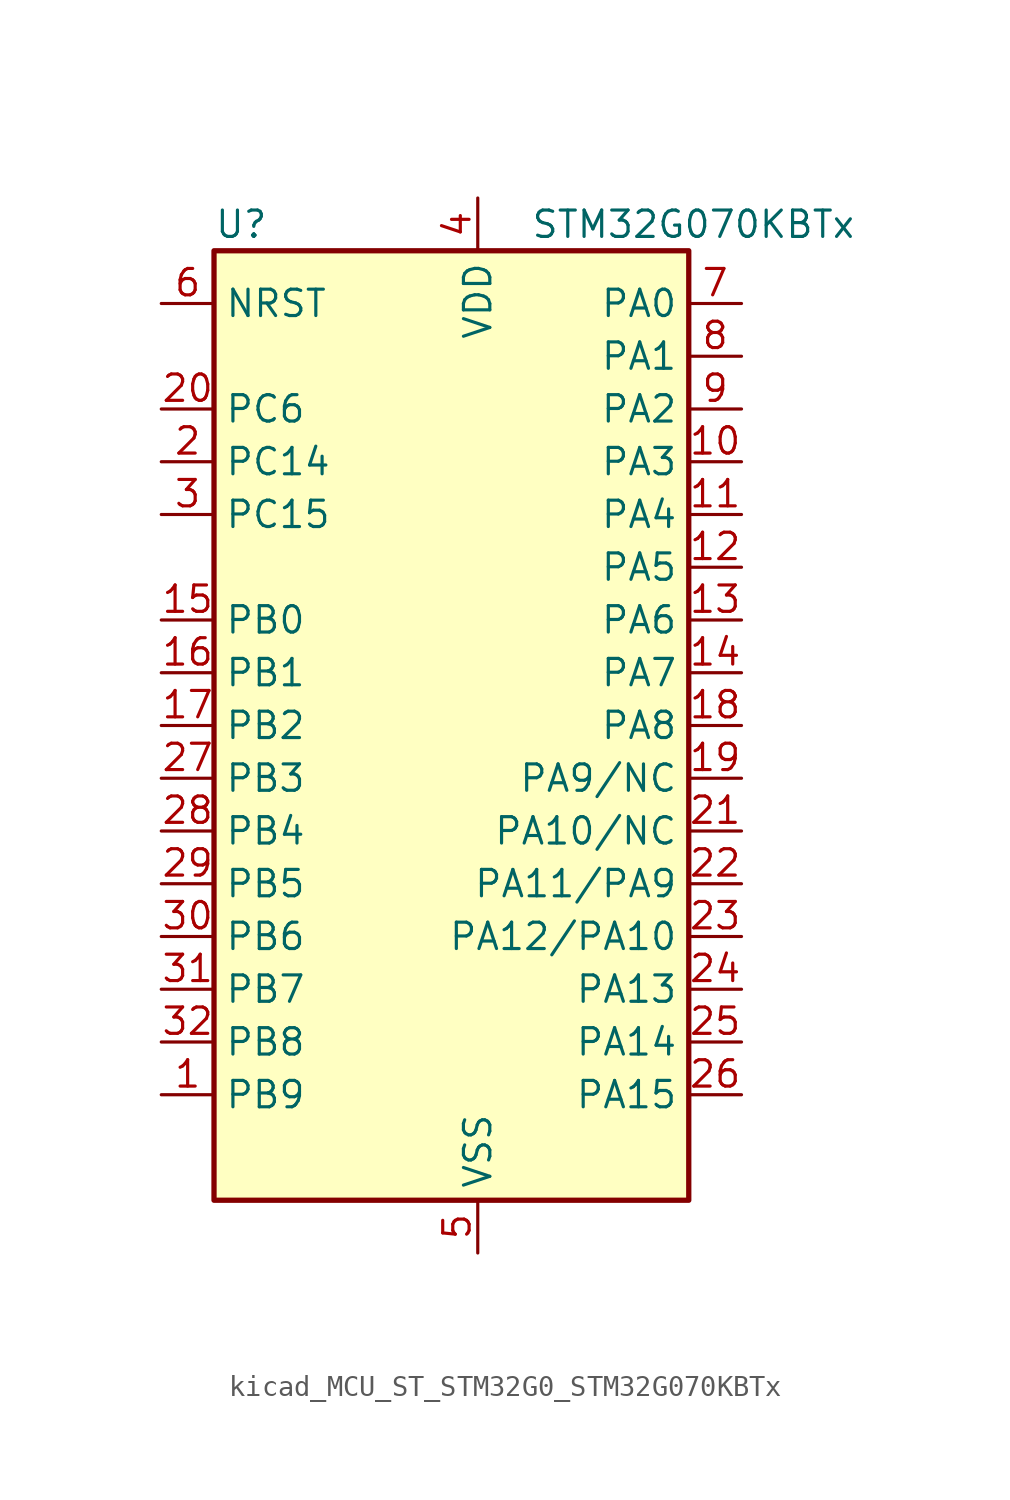
<source format=kicad_sym>
(kicad_symbol_lib
  (version 20220914)
  (generator kicad_symbol_editor)
  (symbol "kicad_MCU_ST_STM32G0_STM32G070KBTx"
    (property "Reference" "U"
      (at -10.16 24.13 0)
      (effects (font (size 1.27 1.27)) (justify left)))
    (property "Value" "STM32G070KBTx"
      (at 5.08 24.13 0)
      (effects (font (size 1.27 1.27)) (justify left)))
    (property "ki_locked" ""
      (at 0 0 0)
      (effects (font (size 1.27 1.27))))
    (symbol "kicad_MCU_ST_STM32G0_STM32G070KBTx_0_1"
      (rectangle (start -10.16 -22.86) (end 12.7 22.86) (stroke (width 0.254) (type default)) (fill (type background))))
    (symbol "kicad_MCU_ST_STM32G0_STM32G070KBTx_1_1"
      (pin bidirectional line (at -12.7 -17.78 0) (length 2.54) (name "PB9" (effects (font (size 1.27 1.27)))) (number "1" (effects (font (size 1.27 1.27)))) (alternate "I2C1_SDA" bidirectional line) (alternate "IR_OUT" bidirectional line) (alternate "SPI2_NSS" bidirectional line) (alternate "TIM17_CH1" bidirectional line) (alternate "USART3_RX" bidirectional line))
      (pin bidirectional line (at 15.24 12.7 180) (length 2.54) (name "PA3" (effects (font (size 1.27 1.27)))) (number "10" (effects (font (size 1.27 1.27)))) (alternate "ADC1_IN3" bidirectional line) (alternate "SPI2_MISO" bidirectional line) (alternate "TIM15_CH2" bidirectional line) (alternate "USART2_RX" bidirectional line))
      (pin bidirectional line (at 15.24 10.16 180) (length 2.54) (name "PA4" (effects (font (size 1.27 1.27)))) (number "11" (effects (font (size 1.27 1.27)))) (alternate "ADC1_IN4" bidirectional line) (alternate "I2S1_WS" bidirectional line) (alternate "RTC_OUT_ALARM" bidirectional line) (alternate "RTC_OUT_CALIB" bidirectional line) (alternate "RTC_TAMP_IN1" bidirectional line) (alternate "RTC_TS" bidirectional line) (alternate "SPI1_NSS" bidirectional line) (alternate "SPI2_MOSI" bidirectional line) (alternate "SYS_WKUP2" bidirectional line) (alternate "TIM14_CH1" bidirectional line))
      (pin bidirectional line (at 15.24 7.62 180) (length 2.54) (name "PA5" (effects (font (size 1.27 1.27)))) (number "12" (effects (font (size 1.27 1.27)))) (alternate "ADC1_IN5" bidirectional line) (alternate "I2S1_CK" bidirectional line) (alternate "SPI1_SCK" bidirectional line) (alternate "USART3_TX" bidirectional line))
      (pin bidirectional line (at 15.24 5.08 180) (length 2.54) (name "PA6" (effects (font (size 1.27 1.27)))) (number "13" (effects (font (size 1.27 1.27)))) (alternate "ADC1_IN6" bidirectional line) (alternate "I2S1_MCK" bidirectional line) (alternate "SPI1_MISO" bidirectional line) (alternate "TIM16_CH1" bidirectional line) (alternate "TIM1_BK" bidirectional line) (alternate "TIM3_CH1" bidirectional line) (alternate "USART3_CTS" bidirectional line) (alternate "USART3_NSS" bidirectional line))
      (pin bidirectional line (at 15.24 2.54 180) (length 2.54) (name "PA7" (effects (font (size 1.27 1.27)))) (number "14" (effects (font (size 1.27 1.27)))) (alternate "ADC1_IN7" bidirectional line) (alternate "I2S1_SD" bidirectional line) (alternate "SPI1_MOSI" bidirectional line) (alternate "TIM14_CH1" bidirectional line) (alternate "TIM17_CH1" bidirectional line) (alternate "TIM1_CH1N" bidirectional line) (alternate "TIM3_CH2" bidirectional line))
      (pin bidirectional line (at -12.7 5.08 0) (length 2.54) (name "PB0" (effects (font (size 1.27 1.27)))) (number "15" (effects (font (size 1.27 1.27)))) (alternate "ADC1_IN8" bidirectional line) (alternate "I2S1_WS" bidirectional line) (alternate "SPI1_NSS" bidirectional line) (alternate "TIM1_CH2N" bidirectional line) (alternate "TIM3_CH3" bidirectional line) (alternate "USART3_RX" bidirectional line))
      (pin bidirectional line (at -12.7 2.54 0) (length 2.54) (name "PB1" (effects (font (size 1.27 1.27)))) (number "16" (effects (font (size 1.27 1.27)))) (alternate "ADC1_IN9" bidirectional line) (alternate "TIM14_CH1" bidirectional line) (alternate "TIM1_CH3N" bidirectional line) (alternate "TIM3_CH4" bidirectional line) (alternate "USART3_CK" bidirectional line) (alternate "USART3_DE" bidirectional line) (alternate "USART3_RTS" bidirectional line))
      (pin bidirectional line (at -12.7 0 0) (length 2.54) (name "PB2" (effects (font (size 1.27 1.27)))) (number "17" (effects (font (size 1.27 1.27)))) (alternate "ADC1_IN10" bidirectional line) (alternate "SPI2_MISO" bidirectional line) (alternate "USART3_TX" bidirectional line))
      (pin bidirectional line (at 15.24 0 180) (length 2.54) (name "PA8" (effects (font (size 1.27 1.27)))) (number "18" (effects (font (size 1.27 1.27)))) (alternate "RCC_MCO" bidirectional line) (alternate "SPI2_NSS" bidirectional line) (alternate "TIM1_CH1" bidirectional line))
      (pin bidirectional line (at 15.24 -2.54 180) (length 2.54) (name "PA9/NC" (effects (font (size 1.27 1.27)))) (number "19" (effects (font (size 1.27 1.27)))) (alternate "I2C1_SCL" bidirectional line) (alternate "RCC_MCO" bidirectional line) (alternate "SPI2_MISO" bidirectional line) (alternate "TIM15_BK" bidirectional line) (alternate "TIM1_CH2" bidirectional line) (alternate "USART1_TX" bidirectional line))
      (pin bidirectional line (at -12.7 12.7 0) (length 2.54) (name "PC14" (effects (font (size 1.27 1.27)))) (number "2" (effects (font (size 1.27 1.27)))) (alternate "RCC_OSC32_IN" bidirectional line) (alternate "RCC_OSC_IN" bidirectional line) (alternate "TIM1_BK2" bidirectional line))
      (pin bidirectional line (at -12.7 15.24 0) (length 2.54) (name "PC6" (effects (font (size 1.27 1.27)))) (number "20" (effects (font (size 1.27 1.27)))) (alternate "TIM3_CH1" bidirectional line))
      (pin bidirectional line (at 15.24 -5.08 180) (length 2.54) (name "PA10/NC" (effects (font (size 1.27 1.27)))) (number "21" (effects (font (size 1.27 1.27)))) (alternate "I2C1_SDA" bidirectional line) (alternate "SPI2_MOSI" bidirectional line) (alternate "TIM17_BK" bidirectional line) (alternate "TIM1_CH3" bidirectional line) (alternate "USART1_RX" bidirectional line))
      (pin bidirectional line (at 15.24 -7.62 180) (length 2.54) (name "PA11/PA9" (effects (font (size 1.27 1.27)))) (number "22" (effects (font (size 1.27 1.27)))) (alternate "ADC1_EXTI11" bidirectional line) (alternate "I2C2_SCL" bidirectional line) (alternate "I2S1_MCK" bidirectional line) (alternate "SPI1_MISO" bidirectional line) (alternate "TIM1_BK2" bidirectional line) (alternate "TIM1_CH4" bidirectional line) (alternate "USART1_CTS" bidirectional line) (alternate "USART1_NSS" bidirectional line))
      (pin bidirectional line (at 15.24 -10.16 180) (length 2.54) (name "PA12/PA10" (effects (font (size 1.27 1.27)))) (number "23" (effects (font (size 1.27 1.27)))) (alternate "I2C2_SDA" bidirectional line) (alternate "I2S1_SD" bidirectional line) (alternate "I2S_CKIN" bidirectional line) (alternate "SPI1_MOSI" bidirectional line) (alternate "TIM1_ETR" bidirectional line) (alternate "USART1_CK" bidirectional line) (alternate "USART1_DE" bidirectional line) (alternate "USART1_RTS" bidirectional line))
      (pin bidirectional line (at 15.24 -12.7 180) (length 2.54) (name "PA13" (effects (font (size 1.27 1.27)))) (number "24" (effects (font (size 1.27 1.27)))) (alternate "IR_OUT" bidirectional line) (alternate "SYS_SWDIO" bidirectional line))
      (pin bidirectional line (at 15.24 -15.24 180) (length 2.54) (name "PA14" (effects (font (size 1.27 1.27)))) (number "25" (effects (font (size 1.27 1.27)))) (alternate "SYS_SWCLK" bidirectional line) (alternate "USART2_TX" bidirectional line))
      (pin bidirectional line (at 15.24 -17.78 180) (length 2.54) (name "PA15" (effects (font (size 1.27 1.27)))) (number "26" (effects (font (size 1.27 1.27)))) (alternate "I2S1_WS" bidirectional line) (alternate "SPI1_NSS" bidirectional line) (alternate "USART2_RX" bidirectional line) (alternate "USART3_CK" bidirectional line) (alternate "USART3_DE" bidirectional line) (alternate "USART3_RTS" bidirectional line) (alternate "USART4_CK" bidirectional line) (alternate "USART4_DE" bidirectional line) (alternate "USART4_RTS" bidirectional line))
      (pin bidirectional line (at -12.7 -2.54 0) (length 2.54) (name "PB3" (effects (font (size 1.27 1.27)))) (number "27" (effects (font (size 1.27 1.27)))) (alternate "I2S1_CK" bidirectional line) (alternate "SPI1_SCK" bidirectional line) (alternate "TIM1_CH2" bidirectional line) (alternate "USART1_CK" bidirectional line) (alternate "USART1_DE" bidirectional line) (alternate "USART1_RTS" bidirectional line))
      (pin bidirectional line (at -12.7 -5.08 0) (length 2.54) (name "PB4" (effects (font (size 1.27 1.27)))) (number "28" (effects (font (size 1.27 1.27)))) (alternate "I2S1_MCK" bidirectional line) (alternate "SPI1_MISO" bidirectional line) (alternate "TIM17_BK" bidirectional line) (alternate "TIM3_CH1" bidirectional line) (alternate "USART1_CTS" bidirectional line) (alternate "USART1_NSS" bidirectional line))
      (pin bidirectional line (at -12.7 -7.62 0) (length 2.54) (name "PB5" (effects (font (size 1.27 1.27)))) (number "29" (effects (font (size 1.27 1.27)))) (alternate "I2C1_SMBA" bidirectional line) (alternate "I2S1_SD" bidirectional line) (alternate "SPI1_MOSI" bidirectional line) (alternate "SYS_WKUP6" bidirectional line) (alternate "TIM16_BK" bidirectional line) (alternate "TIM3_CH2" bidirectional line))
      (pin bidirectional line (at -12.7 10.16 0) (length 2.54) (name "PC15" (effects (font (size 1.27 1.27)))) (number "3" (effects (font (size 1.27 1.27)))) (alternate "RCC_OSC32_EN" bidirectional line) (alternate "RCC_OSC32_OUT" bidirectional line) (alternate "RCC_OSC_EN" bidirectional line) (alternate "TIM15_BK" bidirectional line))
      (pin bidirectional line (at -12.7 -10.16 0) (length 2.54) (name "PB6" (effects (font (size 1.27 1.27)))) (number "30" (effects (font (size 1.27 1.27)))) (alternate "I2C1_SCL" bidirectional line) (alternate "SPI2_MISO" bidirectional line) (alternate "TIM16_CH1N" bidirectional line) (alternate "TIM1_CH3" bidirectional line) (alternate "USART1_TX" bidirectional line))
      (pin bidirectional line (at -12.7 -12.7 0) (length 2.54) (name "PB7" (effects (font (size 1.27 1.27)))) (number "31" (effects (font (size 1.27 1.27)))) (alternate "I2C1_SDA" bidirectional line) (alternate "SPI2_MOSI" bidirectional line) (alternate "TIM17_CH1N" bidirectional line) (alternate "USART1_RX" bidirectional line) (alternate "USART4_CTS" bidirectional line) (alternate "USART4_NSS" bidirectional line))
      (pin bidirectional line (at -12.7 -15.24 0) (length 2.54) (name "PB8" (effects (font (size 1.27 1.27)))) (number "32" (effects (font (size 1.27 1.27)))) (alternate "I2C1_SCL" bidirectional line) (alternate "SPI2_SCK" bidirectional line) (alternate "TIM15_BK" bidirectional line) (alternate "TIM16_CH1" bidirectional line) (alternate "USART3_TX" bidirectional line))
      (pin power_in line (at 2.54 25.4 270) (length 2.54) (name "VDD" (effects (font (size 1.27 1.27)))) (number "4" (effects (font (size 1.27 1.27)))))
      (pin power_in line (at 2.54 -25.4 90) (length 2.54) (name "VSS" (effects (font (size 1.27 1.27)))) (number "5" (effects (font (size 1.27 1.27)))))
      (pin input line (at -12.7 20.32 0) (length 2.54) (name "NRST" (effects (font (size 1.27 1.27)))) (number "6" (effects (font (size 1.27 1.27)))))
      (pin bidirectional line (at 15.24 20.32 180) (length 2.54) (name "PA0" (effects (font (size 1.27 1.27)))) (number "7" (effects (font (size 1.27 1.27)))) (alternate "ADC1_IN0" bidirectional line) (alternate "RTC_TAMP_IN2" bidirectional line) (alternate "SPI2_SCK" bidirectional line) (alternate "SYS_WKUP1" bidirectional line) (alternate "USART2_CTS" bidirectional line) (alternate "USART2_NSS" bidirectional line) (alternate "USART4_TX" bidirectional line))
      (pin bidirectional line (at 15.24 17.78 180) (length 2.54) (name "PA1" (effects (font (size 1.27 1.27)))) (number "8" (effects (font (size 1.27 1.27)))) (alternate "ADC1_IN1" bidirectional line) (alternate "I2C1_SMBA" bidirectional line) (alternate "I2S1_CK" bidirectional line) (alternate "SPI1_SCK" bidirectional line) (alternate "TIM15_CH1N" bidirectional line) (alternate "USART2_CK" bidirectional line) (alternate "USART2_DE" bidirectional line) (alternate "USART2_RTS" bidirectional line) (alternate "USART4_RX" bidirectional line))
      (pin bidirectional line (at 15.24 15.24 180) (length 2.54) (name "PA2" (effects (font (size 1.27 1.27)))) (number "9" (effects (font (size 1.27 1.27)))) (alternate "ADC1_IN2" bidirectional line) (alternate "I2S1_SD" bidirectional line) (alternate "RCC_LSCO" bidirectional line) (alternate "SPI1_MOSI" bidirectional line) (alternate "SYS_WKUP4" bidirectional line) (alternate "TIM15_CH1" bidirectional line) (alternate "USART2_TX" bidirectional line)))))
</source>
